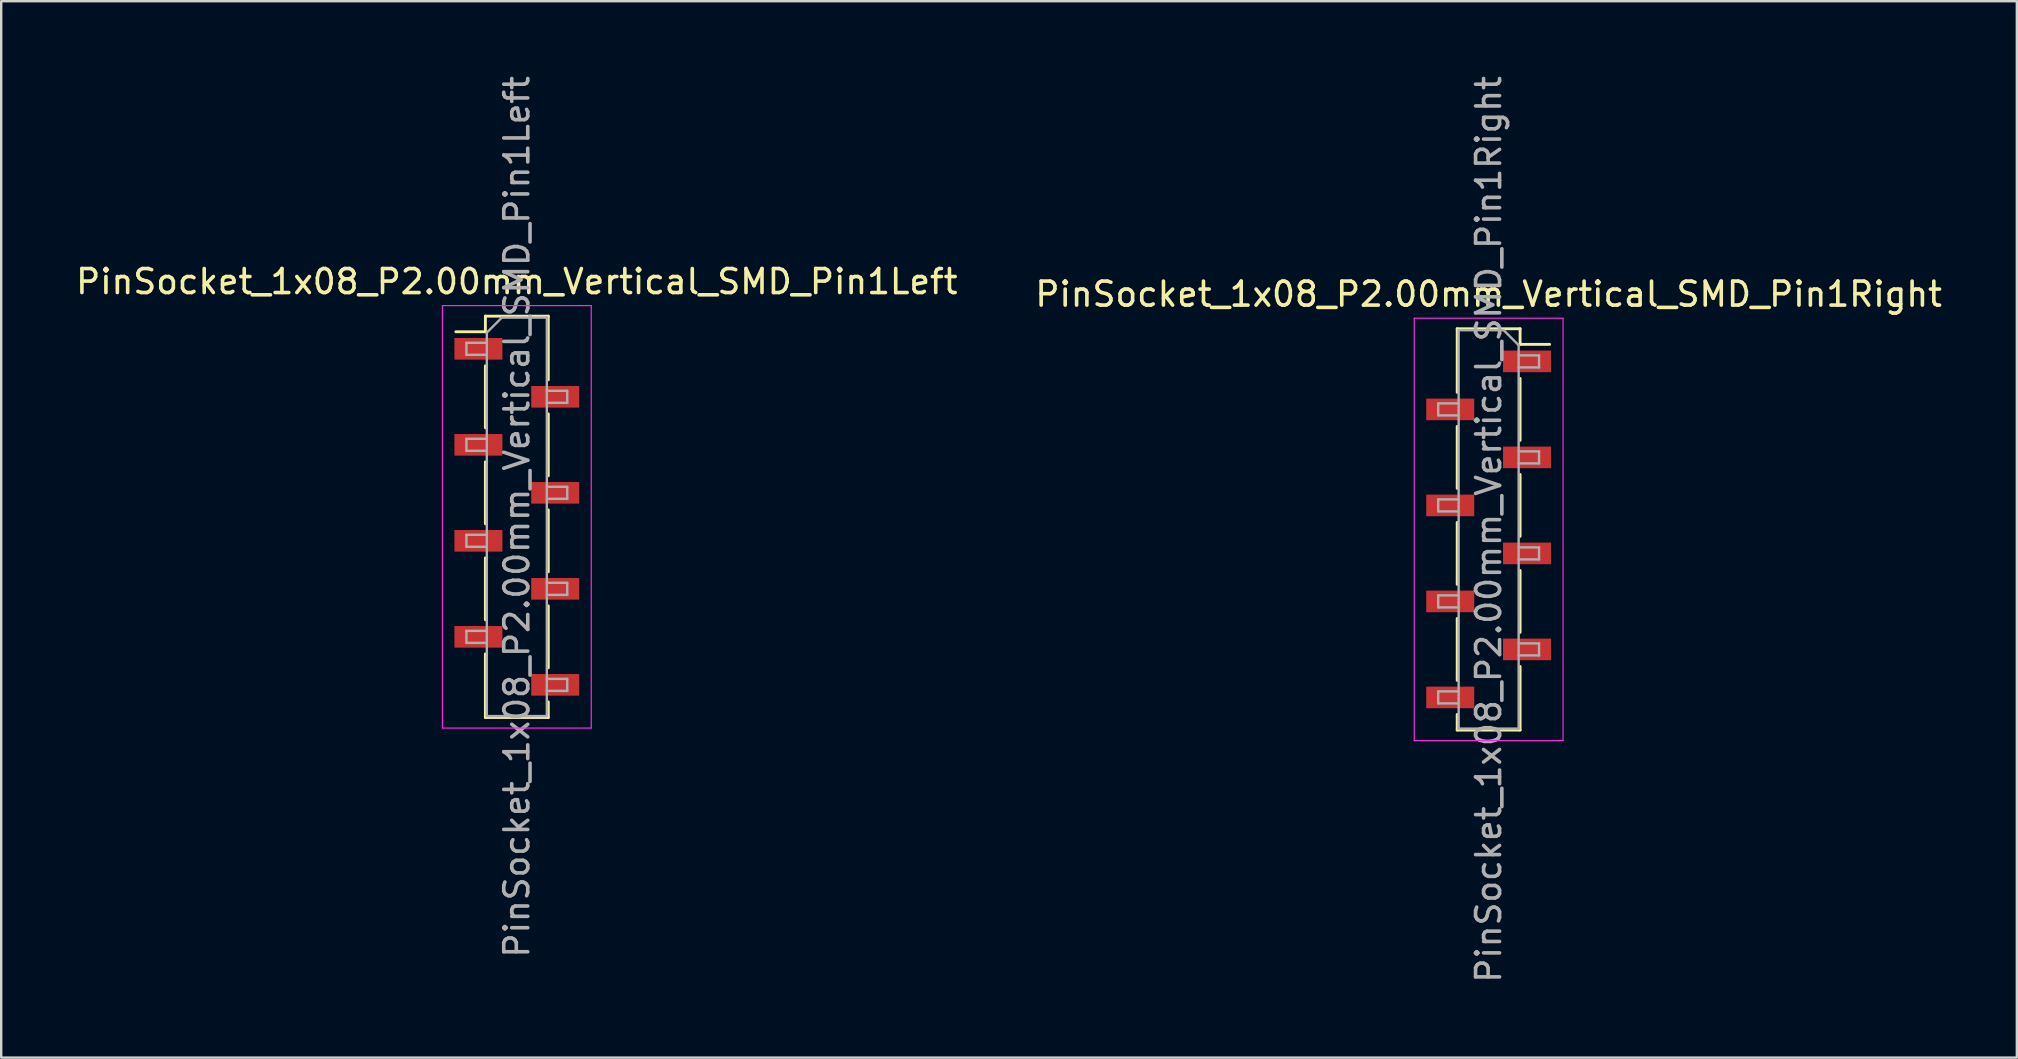
<source format=kicad_pcb>
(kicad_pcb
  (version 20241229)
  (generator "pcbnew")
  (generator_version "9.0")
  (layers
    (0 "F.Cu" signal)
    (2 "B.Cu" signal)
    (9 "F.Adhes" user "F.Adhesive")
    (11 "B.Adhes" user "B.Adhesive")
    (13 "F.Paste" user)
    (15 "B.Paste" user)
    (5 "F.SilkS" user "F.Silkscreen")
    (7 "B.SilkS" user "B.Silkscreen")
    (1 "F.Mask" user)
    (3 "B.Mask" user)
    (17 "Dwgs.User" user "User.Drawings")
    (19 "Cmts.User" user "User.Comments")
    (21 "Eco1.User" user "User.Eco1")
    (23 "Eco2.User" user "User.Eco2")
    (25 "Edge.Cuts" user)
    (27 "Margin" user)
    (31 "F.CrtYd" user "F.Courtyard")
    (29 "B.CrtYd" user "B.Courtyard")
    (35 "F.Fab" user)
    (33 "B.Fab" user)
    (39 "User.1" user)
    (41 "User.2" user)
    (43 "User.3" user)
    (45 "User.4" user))
  (footprint "PinSocket_1x08_P2.00mm_Vertical_SMD_Pin1Left"
    (layer "F.Cu")
    (at 18.482 18.482)
    (property "Reference" "PinSocket_1x08_P2.00mm_Vertical_SMD_Pin1Left" (at 0 -9.8 0) (layer "F.SilkS") (effects (font (size 1 1) (thickness 0.15))))
    (attr smd)
    (fp_line (start -2.54 -7.71) (end -1.31 -7.71) (stroke (width 0.12) (type solid)) (layer "F.SilkS"))
    (fp_line (start -1.31 -8.36) (end -1.31 -7.71) (stroke (width 0.12) (type solid)) (layer "F.SilkS"))
    (fp_line (start -1.31 -8.36) (end 1.31 -8.36) (stroke (width 0.12) (type solid)) (layer "F.SilkS"))
    (fp_line (start -1.31 -6.29) (end -1.31 -3.71) (stroke (width 0.12) (type solid)) (layer "F.SilkS"))
    (fp_line (start -1.31 -2.29) (end -1.31 0.29) (stroke (width 0.12) (type solid)) (layer "F.SilkS"))
    (fp_line (start -1.31 1.71) (end -1.31 4.29) (stroke (width 0.12) (type solid)) (layer "F.SilkS"))
    (fp_line (start -1.31 5.71) (end -1.31 8.36) (stroke (width 0.12) (type solid)) (layer "F.SilkS"))
    (fp_line (start -1.31 8.36) (end 1.31 8.36) (stroke (width 0.12) (type solid)) (layer "F.SilkS"))
    (fp_line (start 1.31 -8.36) (end 1.31 -5.71) (stroke (width 0.12) (type solid)) (layer "F.SilkS"))
    (fp_line (start 1.31 -4.29) (end 1.31 -1.71) (stroke (width 0.12) (type solid)) (layer "F.SilkS"))
    (fp_line (start 1.31 -0.29) (end 1.31 2.29) (stroke (width 0.12) (type solid)) (layer "F.SilkS"))
    (fp_line (start 1.31 3.71) (end 1.31 6.29) (stroke (width 0.12) (type solid)) (layer "F.SilkS"))
    (fp_line (start 1.31 7.71) (end 1.31 8.36) (stroke (width 0.12) (type solid)) (layer "F.SilkS"))
    (fp_line (start -3.1 -8.8) (end 3.1 -8.8) (stroke (width 0.05) (type solid)) (layer "F.CrtYd"))
    (fp_line (start -3.1 8.8) (end -3.1 -8.8) (stroke (width 0.05) (type solid)) (layer "F.CrtYd"))
    (fp_line (start 3.1 -8.8) (end 3.1 8.8) (stroke (width 0.05) (type solid)) (layer "F.CrtYd"))
    (fp_line (start 3.1 8.8) (end -3.1 8.8) (stroke (width 0.05) (type solid)) (layer "F.CrtYd"))
    (fp_line (start -2.1 -7.25) (end -1.25 -7.25) (stroke (width 0.1) (type solid)) (layer "F.Fab"))
    (fp_line (start -2.1 -6.75) (end -2.1 -7.25) (stroke (width 0.1) (type solid)) (layer "F.Fab"))
    (fp_line (start -2.1 -3.25) (end -1.25 -3.25) (stroke (width 0.1) (type solid)) (layer "F.Fab"))
    (fp_line (start -2.1 -2.75) (end -2.1 -3.25) (stroke (width 0.1) (type solid)) (layer "F.Fab"))
    (fp_line (start -2.1 0.75) (end -1.25 0.75) (stroke (width 0.1) (type solid)) (layer "F.Fab"))
    (fp_line (start -2.1 1.25) (end -2.1 0.75) (stroke (width 0.1) (type solid)) (layer "F.Fab"))
    (fp_line (start -2.1 4.75) (end -1.25 4.75) (stroke (width 0.1) (type solid)) (layer "F.Fab"))
    (fp_line (start -2.1 5.25) (end -2.1 4.75) (stroke (width 0.1) (type solid)) (layer "F.Fab"))
    (fp_line (start -1.25 -7.675) (end -0.625 -8.3) (stroke (width 0.1) (type solid)) (layer "F.Fab"))
    (fp_line (start -1.25 -6.75) (end -2.1 -6.75) (stroke (width 0.1) (type solid)) (layer "F.Fab"))
    (fp_line (start -1.25 -2.75) (end -2.1 -2.75) (stroke (width 0.1) (type solid)) (layer "F.Fab"))
    (fp_line (start -1.25 1.25) (end -2.1 1.25) (stroke (width 0.1) (type solid)) (layer "F.Fab"))
    (fp_line (start -1.25 5.25) (end -2.1 5.25) (stroke (width 0.1) (type solid)) (layer "F.Fab"))
    (fp_line (start -1.25 8.3) (end -1.25 -7.675) (stroke (width 0.1) (type solid)) (layer "F.Fab"))
    (fp_line (start -0.625 -8.3) (end 1.25 -8.3) (stroke (width 0.1) (type solid)) (layer "F.Fab"))
    (fp_line (start 1.25 -8.3) (end 1.25 8.3) (stroke (width 0.1) (type solid)) (layer "F.Fab"))
    (fp_line (start 1.25 -5.25) (end 2.1 -5.25) (stroke (width 0.1) (type solid)) (layer "F.Fab"))
    (fp_line (start 1.25 -1.25) (end 2.1 -1.25) (stroke (width 0.1) (type solid)) (layer "F.Fab"))
    (fp_line (start 1.25 2.75) (end 2.1 2.75) (stroke (width 0.1) (type solid)) (layer "F.Fab"))
    (fp_line (start 1.25 6.75) (end 2.1 6.75) (stroke (width 0.1) (type solid)) (layer "F.Fab"))
    (fp_line (start 1.25 8.3) (end -1.25 8.3) (stroke (width 0.1) (type solid)) (layer "F.Fab"))
    (fp_line (start 2.1 -5.25) (end 2.1 -4.75) (stroke (width 0.1) (type solid)) (layer "F.Fab"))
    (fp_line (start 2.1 -4.75) (end 1.25 -4.75) (stroke (width 0.1) (type solid)) (layer "F.Fab"))
    (fp_line (start 2.1 -1.25) (end 2.1 -0.75) (stroke (width 0.1) (type solid)) (layer "F.Fab"))
    (fp_line (start 2.1 -0.75) (end 1.25 -0.75) (stroke (width 0.1) (type solid)) (layer "F.Fab"))
    (fp_line (start 2.1 2.75) (end 2.1 3.25) (stroke (width 0.1) (type solid)) (layer "F.Fab"))
    (fp_line (start 2.1 3.25) (end 1.25 3.25) (stroke (width 0.1) (type solid)) (layer "F.Fab"))
    (fp_line (start 2.1 6.75) (end 2.1 7.25) (stroke (width 0.1) (type solid)) (layer "F.Fab"))
    (fp_line (start 2.1 7.25) (end 1.25 7.25) (stroke (width 0.1) (type solid)) (layer "F.Fab"))
    (fp_text user "${REFERENCE}" (at 0 0 90) (layer "F.Fab") (effects (font (size 1 1) (thickness 0.15))))
    (pad "1" smd rect (at -1.6 -7) (size 2 0.9) (layers "F.Cu" "F.Mask" "F.Paste"))
    (pad "2" smd rect (at 1.6 -5) (size 2 0.9) (layers "F.Cu" "F.Mask" "F.Paste"))
    (pad "3" smd rect (at -1.6 -3) (size 2 0.9) (layers "F.Cu" "F.Mask" "F.Paste"))
    (pad "4" smd rect (at 1.6 -1) (size 2 0.9) (layers "F.Cu" "F.Mask" "F.Paste"))
    (pad "5" smd rect (at -1.6 1) (size 2 0.9) (layers "F.Cu" "F.Mask" "F.Paste"))
    (pad "6" smd rect (at 1.6 3) (size 2 0.9) (layers "F.Cu" "F.Mask" "F.Paste"))
    (pad "7" smd rect (at -1.6 5) (size 2 0.9) (layers "F.Cu" "F.Mask" "F.Paste"))
    (pad "8" smd rect (at 1.6 7) (size 2 0.9) (layers "F.Cu" "F.Mask" "F.Paste")))
  (footprint "PinSocket_1x08_P2.00mm_Vertical_SMD_Pin1Right"
    (layer "F.Cu")
    (at 58.97 19.006)
    (property "Reference" "PinSocket_1x08_P2.00mm_Vertical_SMD_Pin1Right" (at 0 -9.8 0) (layer "F.SilkS") (effects (font (size 1 1) (thickness 0.15))))
    (attr smd)
    (fp_line (start -1.31 -8.36) (end -1.31 -5.71) (stroke (width 0.12) (type solid)) (layer "F.SilkS"))
    (fp_line (start -1.31 -8.36) (end 1.31 -8.36) (stroke (width 0.12) (type solid)) (layer "F.SilkS"))
    (fp_line (start -1.31 -4.29) (end -1.31 -1.71) (stroke (width 0.12) (type solid)) (layer "F.SilkS"))
    (fp_line (start -1.31 -0.29) (end -1.31 2.29) (stroke (width 0.12) (type solid)) (layer "F.SilkS"))
    (fp_line (start -1.31 3.71) (end -1.31 6.29) (stroke (width 0.12) (type solid)) (layer "F.SilkS"))
    (fp_line (start -1.31 7.71) (end -1.31 8.36) (stroke (width 0.12) (type solid)) (layer "F.SilkS"))
    (fp_line (start -1.31 8.36) (end 1.31 8.36) (stroke (width 0.12) (type solid)) (layer "F.SilkS"))
    (fp_line (start 1.31 -8.36) (end 1.31 -7.71) (stroke (width 0.12) (type solid)) (layer "F.SilkS"))
    (fp_line (start 1.31 -7.71) (end 2.54 -7.71) (stroke (width 0.12) (type solid)) (layer "F.SilkS"))
    (fp_line (start 1.31 -6.29) (end 1.31 -3.71) (stroke (width 0.12) (type solid)) (layer "F.SilkS"))
    (fp_line (start 1.31 -2.29) (end 1.31 0.29) (stroke (width 0.12) (type solid)) (layer "F.SilkS"))
    (fp_line (start 1.31 1.71) (end 1.31 4.29) (stroke (width 0.12) (type solid)) (layer "F.SilkS"))
    (fp_line (start 1.31 5.71) (end 1.31 8.36) (stroke (width 0.12) (type solid)) (layer "F.SilkS"))
    (fp_line (start -3.1 -8.8) (end 3.1 -8.8) (stroke (width 0.05) (type solid)) (layer "F.CrtYd"))
    (fp_line (start -3.1 8.8) (end -3.1 -8.8) (stroke (width 0.05) (type solid)) (layer "F.CrtYd"))
    (fp_line (start 3.1 -8.8) (end 3.1 8.8) (stroke (width 0.05) (type solid)) (layer "F.CrtYd"))
    (fp_line (start 3.1 8.8) (end -3.1 8.8) (stroke (width 0.05) (type solid)) (layer "F.CrtYd"))
    (fp_line (start -2.1 -5.25) (end -1.25 -5.25) (stroke (width 0.1) (type solid)) (layer "F.Fab"))
    (fp_line (start -2.1 -4.75) (end -2.1 -5.25) (stroke (width 0.1) (type solid)) (layer "F.Fab"))
    (fp_line (start -2.1 -1.25) (end -1.25 -1.25) (stroke (width 0.1) (type solid)) (layer "F.Fab"))
    (fp_line (start -2.1 -0.75) (end -2.1 -1.25) (stroke (width 0.1) (type solid)) (layer "F.Fab"))
    (fp_line (start -2.1 2.75) (end -1.25 2.75) (stroke (width 0.1) (type solid)) (layer "F.Fab"))
    (fp_line (start -2.1 3.25) (end -2.1 2.75) (stroke (width 0.1) (type solid)) (layer "F.Fab"))
    (fp_line (start -2.1 6.75) (end -1.25 6.75) (stroke (width 0.1) (type solid)) (layer "F.Fab"))
    (fp_line (start -2.1 7.25) (end -2.1 6.75) (stroke (width 0.1) (type solid)) (layer "F.Fab"))
    (fp_line (start -1.25 -8.3) (end 0.625 -8.3) (stroke (width 0.1) (type solid)) (layer "F.Fab"))
    (fp_line (start -1.25 -4.75) (end -2.1 -4.75) (stroke (width 0.1) (type solid)) (layer "F.Fab"))
    (fp_line (start -1.25 -0.75) (end -2.1 -0.75) (stroke (width 0.1) (type solid)) (layer "F.Fab"))
    (fp_line (start -1.25 3.25) (end -2.1 3.25) (stroke (width 0.1) (type solid)) (layer "F.Fab"))
    (fp_line (start -1.25 7.25) (end -2.1 7.25) (stroke (width 0.1) (type solid)) (layer "F.Fab"))
    (fp_line (start -1.25 8.3) (end -1.25 -8.3) (stroke (width 0.1) (type solid)) (layer "F.Fab"))
    (fp_line (start 0.625 -8.3) (end 1.25 -7.675) (stroke (width 0.1) (type solid)) (layer "F.Fab"))
    (fp_line (start 1.25 -7.675) (end 1.25 8.3) (stroke (width 0.1) (type solid)) (layer "F.Fab"))
    (fp_line (start 1.25 -7.25) (end 2.1 -7.25) (stroke (width 0.1) (type solid)) (layer "F.Fab"))
    (fp_line (start 1.25 -3.25) (end 2.1 -3.25) (stroke (width 0.1) (type solid)) (layer "F.Fab"))
    (fp_line (start 1.25 0.75) (end 2.1 0.75) (stroke (width 0.1) (type solid)) (layer "F.Fab"))
    (fp_line (start 1.25 4.75) (end 2.1 4.75) (stroke (width 0.1) (type solid)) (layer "F.Fab"))
    (fp_line (start 1.25 8.3) (end -1.25 8.3) (stroke (width 0.1) (type solid)) (layer "F.Fab"))
    (fp_line (start 2.1 -7.25) (end 2.1 -6.75) (stroke (width 0.1) (type solid)) (layer "F.Fab"))
    (fp_line (start 2.1 -6.75) (end 1.25 -6.75) (stroke (width 0.1) (type solid)) (layer "F.Fab"))
    (fp_line (start 2.1 -3.25) (end 2.1 -2.75) (stroke (width 0.1) (type solid)) (layer "F.Fab"))
    (fp_line (start 2.1 -2.75) (end 1.25 -2.75) (stroke (width 0.1) (type solid)) (layer "F.Fab"))
    (fp_line (start 2.1 0.75) (end 2.1 1.25) (stroke (width 0.1) (type solid)) (layer "F.Fab"))
    (fp_line (start 2.1 1.25) (end 1.25 1.25) (stroke (width 0.1) (type solid)) (layer "F.Fab"))
    (fp_line (start 2.1 4.75) (end 2.1 5.25) (stroke (width 0.1) (type solid)) (layer "F.Fab"))
    (fp_line (start 2.1 5.25) (end 1.25 5.25) (stroke (width 0.1) (type solid)) (layer "F.Fab"))
    (fp_text user "${REFERENCE}" (at 0 0 90) (layer "F.Fab") (effects (font (size 1 1) (thickness 0.15))))
    (pad "1" smd rect (at 1.6 -7) (size 2 0.9) (layers "F.Cu" "F.Mask" "F.Paste"))
    (pad "2" smd rect (at -1.6 -5) (size 2 0.9) (layers "F.Cu" "F.Mask" "F.Paste"))
    (pad "3" smd rect (at 1.6 -3) (size 2 0.9) (layers "F.Cu" "F.Mask" "F.Paste"))
    (pad "4" smd rect (at -1.6 -1) (size 2 0.9) (layers "F.Cu" "F.Mask" "F.Paste"))
    (pad "5" smd rect (at 1.6 1) (size 2 0.9) (layers "F.Cu" "F.Mask" "F.Paste"))
    (pad "6" smd rect (at -1.6 3) (size 2 0.9) (layers "F.Cu" "F.Mask" "F.Paste"))
    (pad "7" smd rect (at 1.6 5) (size 2 0.9) (layers "F.Cu" "F.Mask" "F.Paste"))
    (pad "8" smd rect (at -1.6 7) (size 2 0.9) (layers "F.Cu" "F.Mask" "F.Paste")))
  (gr_rect
    (start -3 -3)
    (end 80.976 41.012)
    (stroke (width 0.1) (type default))
    (fill no)
    (layer "Edge.Cuts")))
</source>
